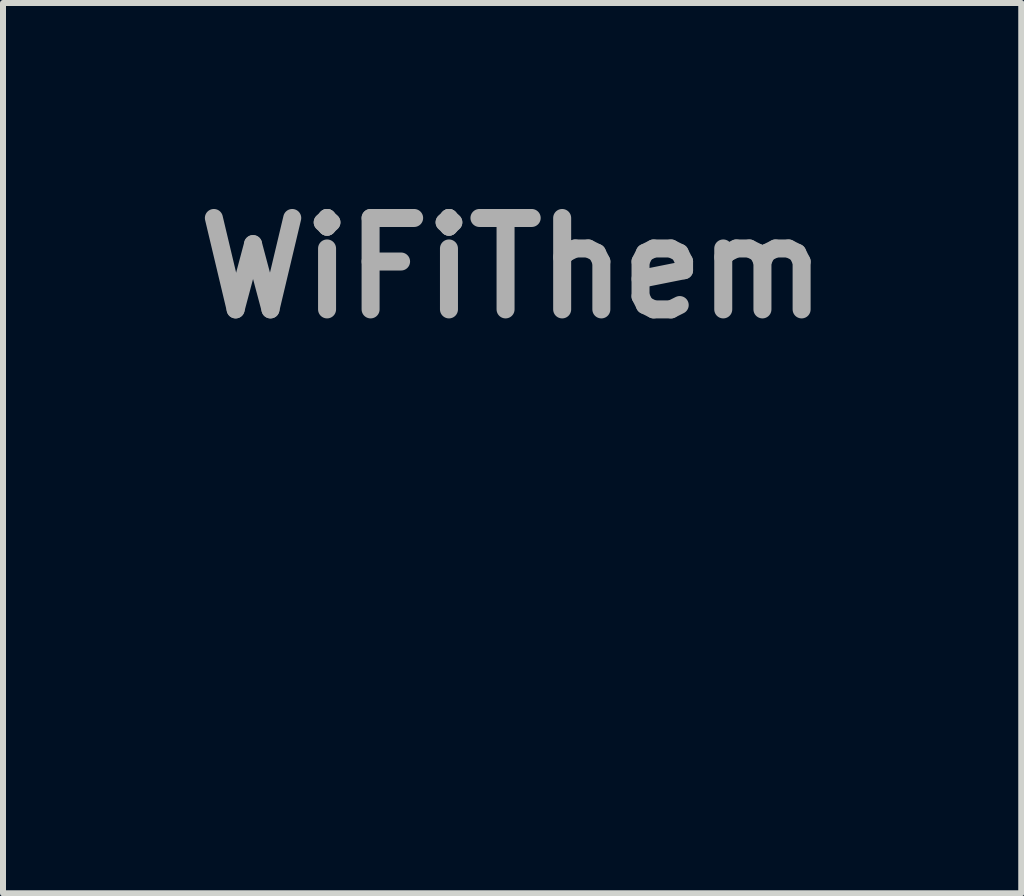
<source format=kicad_pcb>
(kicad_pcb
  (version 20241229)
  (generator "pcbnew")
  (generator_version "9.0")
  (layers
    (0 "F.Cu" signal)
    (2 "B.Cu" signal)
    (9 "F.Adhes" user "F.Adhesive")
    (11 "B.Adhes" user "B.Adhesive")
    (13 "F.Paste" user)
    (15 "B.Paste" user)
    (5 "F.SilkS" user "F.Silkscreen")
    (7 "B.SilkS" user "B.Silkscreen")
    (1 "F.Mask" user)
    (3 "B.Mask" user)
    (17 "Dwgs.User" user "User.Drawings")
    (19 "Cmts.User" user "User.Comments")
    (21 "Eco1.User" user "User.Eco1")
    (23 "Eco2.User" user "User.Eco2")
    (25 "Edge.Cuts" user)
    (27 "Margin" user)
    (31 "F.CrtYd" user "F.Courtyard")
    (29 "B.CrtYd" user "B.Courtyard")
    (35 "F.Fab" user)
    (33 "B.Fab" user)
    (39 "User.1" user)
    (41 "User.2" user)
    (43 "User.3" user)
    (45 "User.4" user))
  (footprint "WiFiThem"
    (layer "F.Cu")
    (at 5.486 5.228)
    (property "Reference" "WiFiThem" (at 0 -3.81 0) (layer "F.Fab") (effects (font (size 1.524 1.524) (thickness 0.3))))
    (attr through_hole)
    (fp_poly (pts (xy 1.101 -1.736) (xy 0.942 -1.736) (xy 0.869 -1.735) (xy 0.798 -1.732) (xy 0.738 -1.729) (xy 0.709 -1.727) (xy 0.635 -1.718) (xy 0.635 -1.002) (xy 0.603 -0.996) (xy 0.57 -0.99) (xy 0.524 -0.984) (xy 0.501 -0.981) (xy 0.453 -0.974) (xy 0.39 -0.964) (xy 0.322 -0.953) (xy 0.307 -0.95) (xy 0.183 -0.928) (xy 0.183 -0.612) (xy 0.183 -0.521) (xy 0.183 -0.441) (xy 0.182 -0.374) (xy 0.18 -0.326) (xy 0.179 -0.3) (xy 0.178 -0.296) (xy 0.163 -0.293) (xy 0.127 -0.282) (xy 0.076 -0.267) (xy 0.03 -0.254) (xy -0.179 -0.183) (xy -0.395 -0.095) (xy -0.609 0.007) (xy -0.811 0.118) (xy -0.983 0.228) (xy -1.018 0.251) (xy -1.041 0.265) (xy -1.047 0.268) (xy -1.058 0.259) (xy -1.086 0.232) (xy -1.128 0.191) (xy -1.181 0.138) (xy -1.242 0.077) (xy -1.27 0.049) (xy -1.336 -0.018) (xy -1.391 -0.077) (xy -1.435 -0.125) (xy -1.463 -0.159) (xy -1.475 -0.178) (xy -1.475 -0.18) (xy -1.4 -0.232) (xy -1.31 -0.292) (xy -1.211 -0.355) (xy -1.11 -0.417) (xy -1.016 -0.472) (xy -0.935 -0.518) (xy -0.917 -0.527) (xy -0.762 -0.605) (xy -0.616 -0.673) (xy -0.472 -0.732) (xy -0.323 -0.787) (xy -0.163 -0.838) (xy 0.014 -0.888) (xy 0.123 -0.917) (xy 0.183 -0.932) (xy 0.183 -1.662) (xy 0.272 -1.677) (xy 0.327 -1.686) (xy 0.398 -1.696) (xy 0.472 -1.706) (xy 0.497 -1.709) (xy 0.635 -1.726) (xy 0.635 -2.338) (xy 0.743 -2.347) (xy 0.812 -2.352) (xy 0.892 -2.355) (xy 0.969 -2.357) (xy 0.976 -2.357) (xy 1.101 -2.357) (xy 1.101 -1.736)) (stroke (width 0.01) (type solid)) (fill yes) (layer "F.Mask"))
    (fp_poly (pts (xy 1.239 -3.598) (xy 1.386 -3.559) (xy 1.524 -3.496) (xy 1.65 -3.411) (xy 1.76 -3.307) (xy 1.85 -3.185) (xy 1.888 -3.117) (xy 1.902 -3.09) (xy 1.914 -3.066) (xy 1.925 -3.043) (xy 1.935 -3.02) (xy 1.944 -2.995) (xy 1.952 -2.968) (xy 1.959 -2.936) (xy 1.965 -2.898) (xy 1.97 -2.852) (xy 1.974 -2.798) (xy 1.978 -2.734) (xy 1.981 -2.658) (xy 1.983 -2.569) (xy 1.985 -2.465) (xy 1.987 -2.346) (xy 1.988 -2.209) (xy 1.989 -2.053) (xy 1.989 -1.877) (xy 1.989 -1.68) (xy 1.989 -1.459) (xy 1.989 -1.214) (xy 1.989 -0.943) (xy 1.989 -0.778) (xy 1.99 1.245) (xy 2.08 1.341) (xy 2.199 1.487) (xy 2.293 1.644) (xy 2.365 1.812) (xy 2.412 1.986) (xy 2.436 2.164) (xy 2.436 2.344) (xy 2.412 2.523) (xy 2.365 2.697) (xy 2.295 2.865) (xy 2.201 3.024) (xy 2.084 3.17) (xy 2.03 3.226) (xy 1.879 3.353) (xy 1.714 3.456) (xy 1.536 3.534) (xy 1.413 3.572) (xy 1.326 3.589) (xy 1.221 3.601) (xy 1.108 3.607) (xy 0.998 3.607) (xy 0.899 3.6) (xy 0.851 3.593) (xy 0.659 3.542) (xy 0.48 3.468) (xy 0.315 3.369) (xy 0.163 3.244) (xy 0.143 3.226) (xy 0.017 3.085) (xy -0.086 2.931) (xy -0.166 2.767) (xy -0.222 2.594) (xy -0.256 2.417) (xy -0.265 2.238) (xy -0.251 2.059) (xy -0.214 1.883) (xy -0.153 1.712) (xy -0.068 1.55) (xy 0.041 1.4) (xy 0.093 1.342) (xy 0.135 1.296) (xy 0.162 1.262) (xy 0.177 1.234) (xy 0.183 1.204) (xy 0.186 1.172) (xy 0.191 1.098) (xy 0.261 1.07) (xy 0.305 1.055) (xy 0.367 1.035) (xy 0.437 1.015) (xy 0.48 1.003) (xy 0.628 0.964) (xy 0.636 0.341) (xy 0.716 0.332) (xy 0.766 0.326) (xy 0.808 0.322) (xy 0.826 0.32) (xy 0.834 0.318) (xy 0.841 0.312) (xy 0.846 0.299) (xy 0.85 0.275) (xy 0.852 0.238) (xy 0.854 0.183) (xy 0.856 0.108) (xy 0.857 0.009) (xy 0.857 -0.039) (xy 0.861 -0.395) (xy 0.792 -0.395) (xy 0.741 -0.393) (xy 0.693 -0.389) (xy 0.679 -0.386) (xy 0.635 -0.378) (xy 0.632 -0.017) (xy 0.628 0.343) (xy 0.501 0.369) (xy 0.43 0.384) (xy 0.356 0.401) (xy 0.293 0.417) (xy 0.282 0.42) (xy 0.191 0.445) (xy 0.187 0.773) (xy 0.183 1.101) (xy 0.049 1.168) (xy -0.085 1.234) (xy -0.304 1.016) (xy -0.367 0.952) (xy -0.424 0.894) (xy -0.47 0.846) (xy -0.503 0.811) (xy -0.52 0.791) (xy -0.522 0.788) (xy -0.51 0.774) (xy -0.476 0.75) (xy -0.424 0.719) (xy -0.359 0.683) (xy -0.284 0.645) (xy -0.204 0.605) (xy -0.122 0.567) (xy -0.044 0.533) (xy 0.028 0.504) (xy 0.057 0.493) (xy 0.183 0.448) (xy 0.187 0.072) (xy 0.191 -0.303) (xy 0.303 -0.327) (xy 0.377 -0.342) (xy 0.458 -0.357) (xy 0.526 -0.368) (xy 0.635 -0.384) (xy 0.635 -0.409) (xy 0.858 -0.409) (xy 1.101 -0.409) (xy 1.101 -0.907) (xy 1.048 -0.898) (xy 0.978 -0.874) (xy 0.917 -0.823) (xy 0.897 -0.799) (xy 0.884 -0.779) (xy 0.876 -0.753) (xy 0.87 -0.717) (xy 0.866 -0.665) (xy 0.863 -0.59) (xy 0.863 -0.585) (xy 0.858 -0.409) (xy 0.635 -0.409) (xy 0.635 -1) (xy 0.723 -1.007) (xy 0.777 -1.011) (xy 0.848 -1.016) (xy 0.923 -1.02) (xy 0.956 -1.022) (xy 1.101 -1.029) (xy 1.101 -0.967) (xy 1.102 -0.928) (xy 1.111 -0.908) (xy 1.133 -0.899) (xy 1.143 -0.896) (xy 1.198 -0.872) (xy 1.249 -0.83) (xy 1.287 -0.779) (xy 1.293 -0.767) (xy 1.297 -0.754) (xy 1.3 -0.732) (xy 1.302 -0.7) (xy 1.305 -0.656) (xy 1.307 -0.597) (xy 1.308 -0.524) (xy 1.31 -0.433) (xy 1.311 -0.323) (xy 1.311 -0.192) (xy 1.312 -0.039) (xy 1.312 0.138) (xy 1.312 0.341) (xy 1.312 0.448) (xy 1.312 1.616) (xy 1.403 1.662) (xy 1.509 1.733) (xy 1.602 1.825) (xy 1.677 1.935) (xy 1.731 2.057) (xy 1.743 2.098) (xy 1.763 2.227) (xy 1.756 2.354) (xy 1.725 2.477) (xy 1.672 2.591) (xy 1.598 2.695) (xy 1.506 2.784) (xy 1.397 2.855) (xy 1.274 2.906) (xy 1.246 2.914) (xy 1.118 2.934) (xy 0.993 2.928) (xy 0.875 2.899) (xy 0.764 2.849) (xy 0.664 2.78) (xy 0.577 2.696) (xy 0.506 2.598) (xy 0.452 2.489) (xy 0.42 2.371) (xy 0.41 2.247) (xy 0.425 2.12) (xy 0.43 2.098) (xy 0.476 1.973) (xy 0.545 1.859) (xy 0.632 1.761) (xy 0.734 1.683) (xy 0.77 1.662) (xy 0.861 1.616) (xy 0.861 1.275) (xy 0.861 0.934) (xy 0.981 0.924) (xy 1.101 0.914) (xy 1.101 0.309) (xy 0.984 0.313) (xy 0.868 0.318) (xy 0.864 0.624) (xy 0.863 0.726) (xy 0.862 0.803) (xy 0.859 0.859) (xy 0.853 0.898) (xy 0.843 0.923) (xy 0.826 0.937) (xy 0.801 0.945) (xy 0.768 0.949) (xy 0.723 0.953) (xy 0.723 0.953) (xy 0.635 0.962) (xy 0.634 1.475) (xy 0.563 1.523) (xy 0.455 1.612) (xy 0.362 1.723) (xy 0.286 1.849) (xy 0.229 1.986) (xy 0.194 2.129) (xy 0.184 2.258) (xy 0.197 2.411) (xy 0.236 2.557) (xy 0.298 2.692) (xy 0.38 2.815) (xy 0.481 2.923) (xy 0.598 3.013) (xy 0.728 3.084) (xy 0.869 3.133) (xy 1.02 3.158) (xy 1.087 3.16) (xy 1.24 3.147) (xy 1.386 3.108) (xy 1.521 3.046) (xy 1.644 2.964) (xy 1.752 2.863) (xy 1.842 2.747) (xy 1.913 2.617) (xy 1.962 2.475) (xy 1.987 2.325) (xy 1.989 2.258) (xy 1.976 2.113) (xy 1.939 1.97) (xy 1.88 1.834) (xy 1.802 1.71) (xy 1.707 1.601) (xy 1.61 1.523) (xy 1.539 1.475) (xy 1.535 -0.677) (xy 1.531 -2.829) (xy 1.496 -2.9) (xy 1.438 -2.988) (xy 1.361 -3.065) (xy 1.277 -3.119) (xy 1.203 -3.143) (xy 1.116 -3.154) (xy 1.025 -3.152) (xy 0.943 -3.137) (xy 0.903 -3.121) (xy 0.813 -3.067) (xy 0.744 -3) (xy 0.691 -2.919) (xy 0.642 -2.829) (xy 0.637 -2.586) (xy 0.635 -2.498) (xy 0.633 -2.434) (xy 0.63 -2.39) (xy 0.627 -2.362) (xy 0.621 -2.347) (xy 0.613 -2.339) (xy 0.602 -2.336) (xy 0.576 -2.332) (xy 0.529 -2.326) (xy 0.468 -2.32) (xy 0.417 -2.314) (xy 0.349 -2.307) (xy 0.289 -2.3) (xy 0.243 -2.294) (xy 0.223 -2.29) (xy 0.184 -2.283) (xy 0.176 -1.659) (xy 0.113 -1.647) (xy -0.112 -1.597) (xy -0.349 -1.531) (xy -0.593 -1.449) (xy -0.836 -1.356) (xy -1.07 -1.252) (xy -1.269 -1.153) (xy -1.368 -1.098) (xy -1.478 -1.033) (xy -1.592 -0.963) (xy -1.704 -0.891) (xy -1.806 -0.822) (xy -1.893 -0.76) (xy -1.92 -0.74) (xy -1.999 -0.679) (xy -2.213 -0.894) (xy -2.276 -0.957) (xy -2.332 -1.014) (xy -2.377 -1.062) (xy -2.41 -1.097) (xy -2.426 -1.116) (xy -2.427 -1.118) (xy -2.416 -1.132) (xy -2.385 -1.158) (xy -2.338 -1.195) (xy -2.278 -1.24) (xy -2.209 -1.29) (xy -2.134 -1.343) (xy -2.058 -1.396) (xy -1.983 -1.446) (xy -1.919 -1.488) (xy -1.782 -1.571) (xy -1.626 -1.658) (xy -1.458 -1.746) (xy -1.286 -1.829) (xy -1.119 -1.906) (xy -0.974 -1.966) (xy -0.742 -2.052) (xy -0.509 -2.127) (xy -0.266 -2.192) (xy -0.006 -2.251) (xy 0.102 -2.272) (xy 0.183 -2.288) (xy 0.184 -2.545) (xy 0.185 -2.67) (xy 0.19 -2.773) (xy 0.199 -2.859) (xy 0.214 -2.933) (xy 0.234 -3.003) (xy 0.262 -3.072) (xy 0.284 -3.118) (xy 0.363 -3.246) (xy 0.463 -3.359) (xy 0.58 -3.454) (xy 0.712 -3.528) (xy 0.854 -3.58) (xy 1.003 -3.608) (xy 1.087 -3.612) (xy 1.239 -3.598)) (stroke (width 0.01) (type solid)) (fill yes) (layer "F.Mask")))
  (gr_rect
    (start -3 -3)
    (end 13.973 11.84)
    (stroke (width 0.1) (type default))
    (fill no)
    (layer "Edge.Cuts")))
</source>
